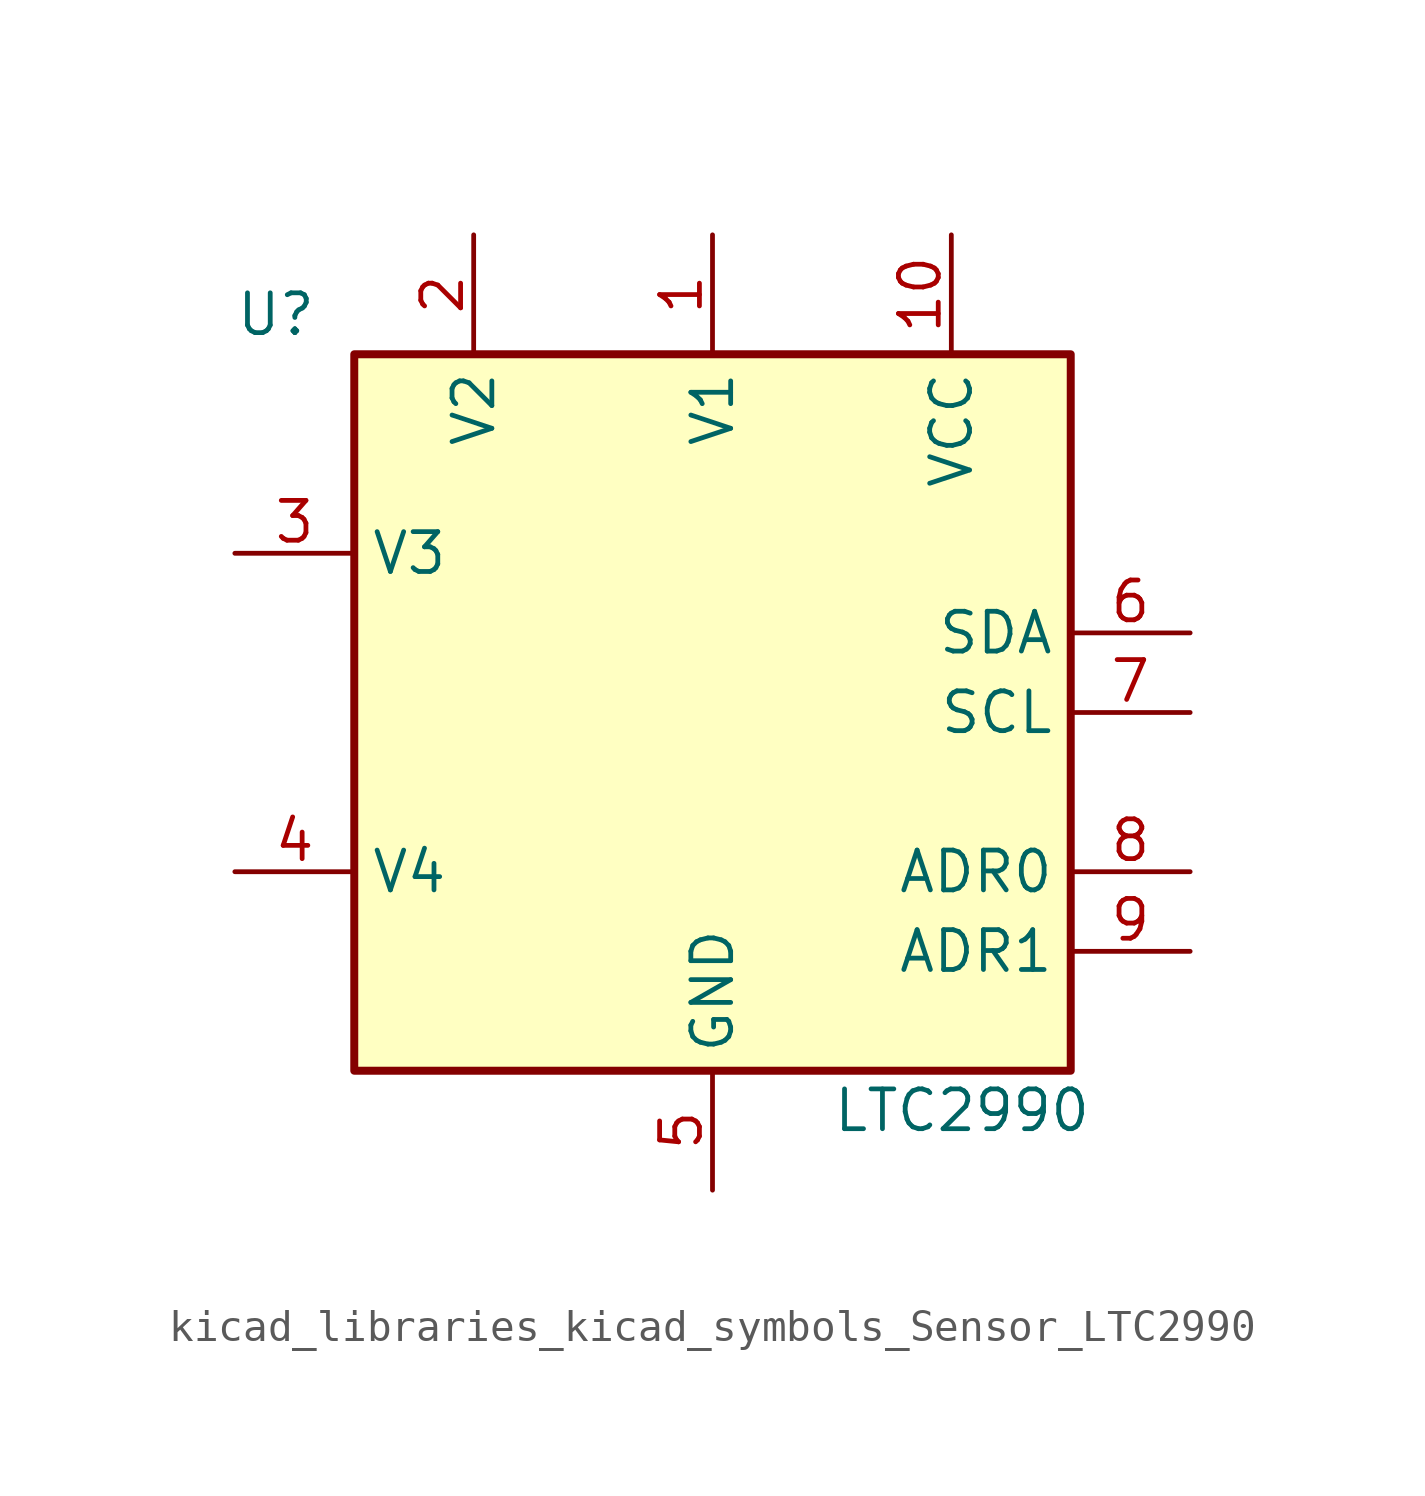
<source format=kicad_sym>
(kicad_symbol_lib
  (version 20220914)
  (generator kicad_symbol_editor)
  (symbol "kicad_libraries_kicad_symbols_Sensor_LTC2990"
    (property "Reference" "U"
      (at -15.24 12.7 0)
      (effects (font (size 1.27 1.27)) (justify left)))
    (property "Value" "LTC2990"
      (at 3.81 -12.7 0)
      (effects (font (size 1.27 1.27)) (justify left)))
    (symbol "kicad_libraries_kicad_symbols_Sensor_LTC2990_0_1"
      (rectangle (start -11.43 11.43) (end 11.43 -11.43) (stroke (width 0.254) (type default)) (fill (type background))))
    (symbol "kicad_libraries_kicad_symbols_Sensor_LTC2990_1_1"
      (pin passive line (at 0 15.24 270) (length 3.81) (name "V1" (effects (font (size 1.27 1.27)))) (number "1" (effects (font (size 1.27 1.27)))))
      (pin power_in line (at 7.62 15.24 270) (length 3.81) (name "VCC" (effects (font (size 1.27 1.27)))) (number "10" (effects (font (size 1.27 1.27)))))
      (pin passive line (at -7.62 15.24 270) (length 3.81) (name "V2" (effects (font (size 1.27 1.27)))) (number "2" (effects (font (size 1.27 1.27)))))
      (pin passive line (at -15.24 5.08 0) (length 3.81) (name "V3" (effects (font (size 1.27 1.27)))) (number "3" (effects (font (size 1.27 1.27)))))
      (pin passive line (at -15.24 -5.08 0) (length 3.81) (name "V4" (effects (font (size 1.27 1.27)))) (number "4" (effects (font (size 1.27 1.27)))))
      (pin power_in line (at 0 -15.24 90) (length 3.81) (name "GND" (effects (font (size 1.27 1.27)))) (number "5" (effects (font (size 1.27 1.27)))))
      (pin bidirectional line (at 15.24 2.54 180) (length 3.81) (name "SDA" (effects (font (size 1.27 1.27)))) (number "6" (effects (font (size 1.27 1.27)))))
      (pin input line (at 15.24 0 180) (length 3.81) (name "SCL" (effects (font (size 1.27 1.27)))) (number "7" (effects (font (size 1.27 1.27)))))
      (pin input line (at 15.24 -5.08 180) (length 3.81) (name "ADR0" (effects (font (size 1.27 1.27)))) (number "8" (effects (font (size 1.27 1.27)))))
      (pin input line (at 15.24 -7.62 180) (length 3.81) (name "ADR1" (effects (font (size 1.27 1.27)))) (number "9" (effects (font (size 1.27 1.27))))))))
</source>
